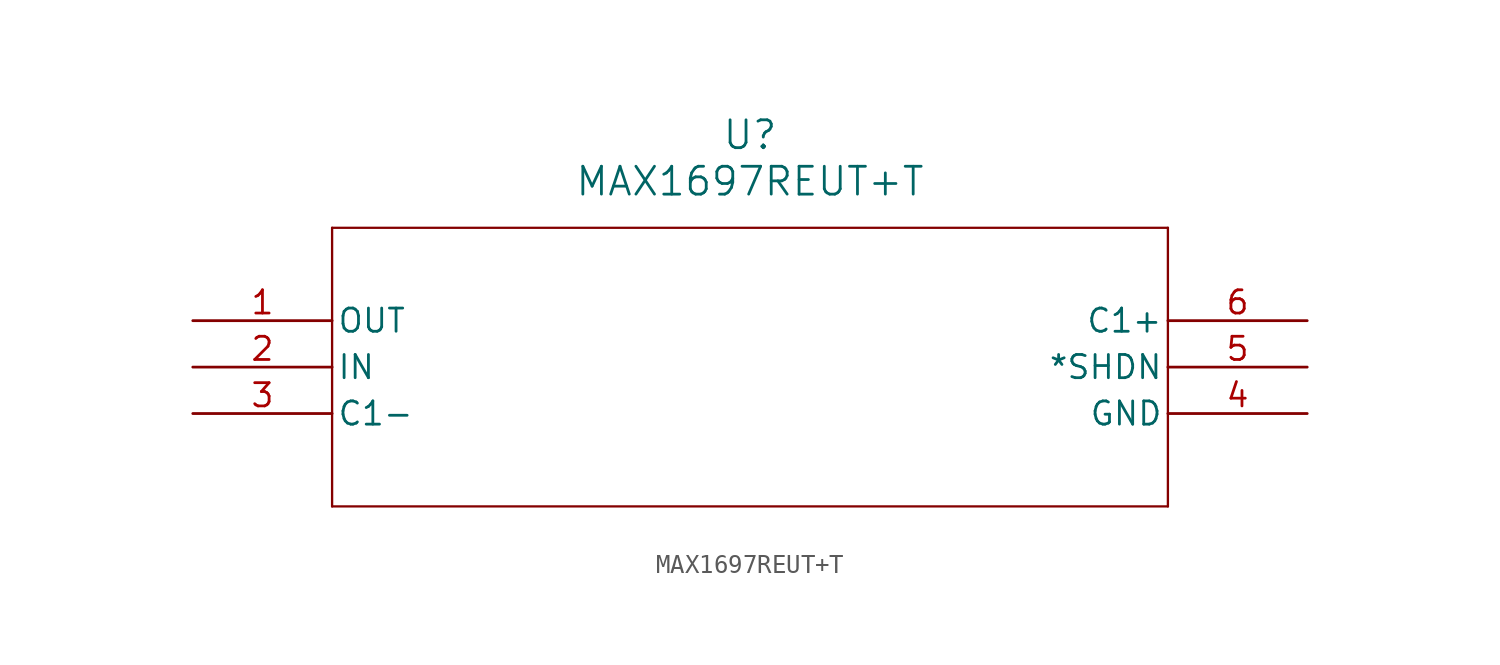
<source format=kicad_sym>
(kicad_symbol_lib
  (version 20211014)
  (generator kicad_symbol_editor)
  (symbol "MAX1697REUT+T"
    (pin_names
      (offset 0.254))
    (property "Reference" "U"
      (at 30.48 10.16 0)
      (effects (font (size 1.524 1.524))))
    (property "Value" "MAX1697REUT+T"
      (at 30.48 7.62 0)
      (effects (font (size 1.524 1.524))))
    (symbol "MAX1697REUT+T_0_1"
      (polyline (pts (xy 7.62 5.08) (xy 7.62 -10.16)) (stroke (width 0.127) (type default) (color 0 0 0 0)) (fill (type none)))
      (polyline (pts (xy 7.62 -10.16) (xy 53.34 -10.16)) (stroke (width 0.127) (type default) (color 0 0 0 0)) (fill (type none)))
      (polyline (pts (xy 53.34 -10.16) (xy 53.34 5.08)) (stroke (width 0.127) (type default) (color 0 0 0 0)) (fill (type none)))
      (polyline (pts (xy 53.34 5.08) (xy 7.62 5.08)) (stroke (width 0.127) (type default) (color 0 0 0 0)) (fill (type none)))
      (pin output line (at 0 0 0) (length 7.62) (name "OUT" (effects (font (size 1.27 1.27)))) (number "1" (effects (font (size 1.27 1.27)))))
      (pin input line (at 0 -2.54 0) (length 7.62) (name "IN" (effects (font (size 1.27 1.27)))) (number "2" (effects (font (size 1.27 1.27)))))
      (pin bidirectional line (at 0 -5.08 0) (length 7.62) (name "C1-" (effects (font (size 1.27 1.27)))) (number "3" (effects (font (size 1.27 1.27)))))
      (pin power_in line (at 60.96 -5.08 180) (length 7.62) (name "GND" (effects (font (size 1.27 1.27)))) (number "4" (effects (font (size 1.27 1.27)))))
      (pin bidirectional line (at 60.96 -2.54 180) (length 7.62) (name "*SHDN" (effects (font (size 1.27 1.27)))) (number "5" (effects (font (size 1.27 1.27)))))
      (pin bidirectional line (at 60.96 0 180) (length 7.62) (name "C1+" (effects (font (size 1.27 1.27)))) (number "6" (effects (font (size 1.27 1.27))))))))
</source>
